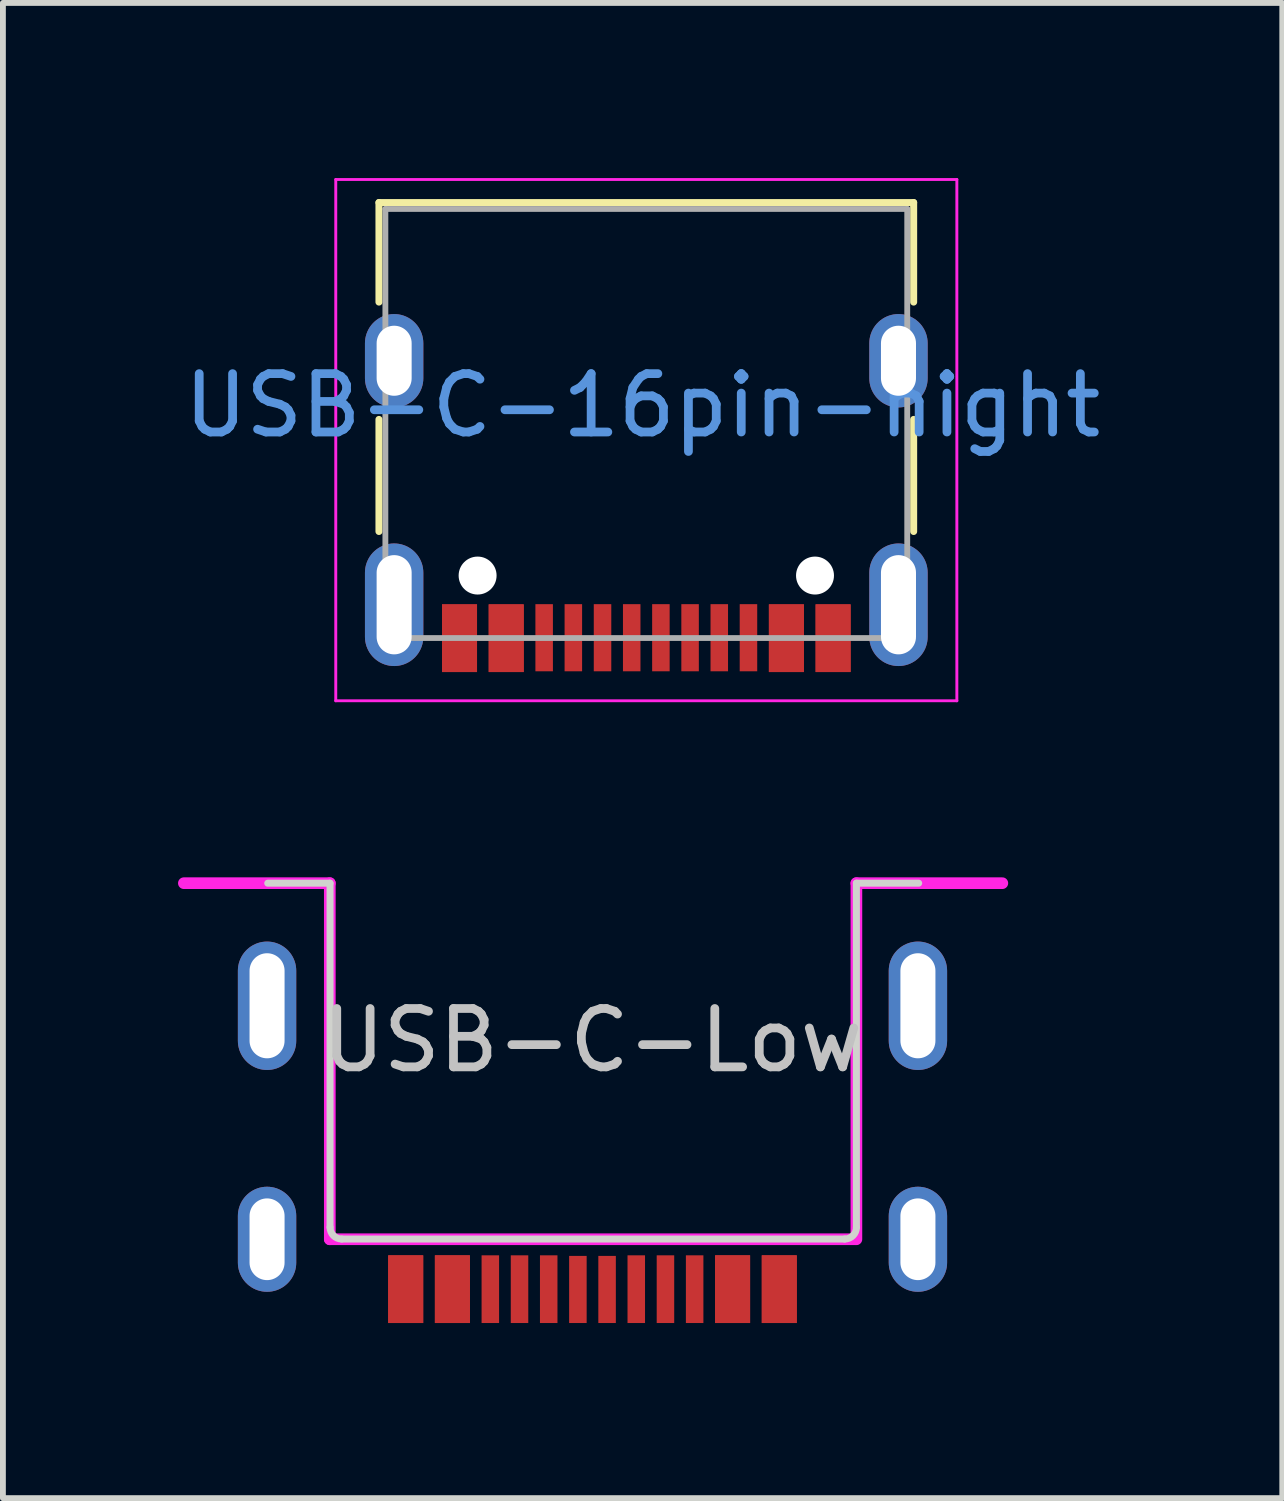
<source format=kicad_pcb>
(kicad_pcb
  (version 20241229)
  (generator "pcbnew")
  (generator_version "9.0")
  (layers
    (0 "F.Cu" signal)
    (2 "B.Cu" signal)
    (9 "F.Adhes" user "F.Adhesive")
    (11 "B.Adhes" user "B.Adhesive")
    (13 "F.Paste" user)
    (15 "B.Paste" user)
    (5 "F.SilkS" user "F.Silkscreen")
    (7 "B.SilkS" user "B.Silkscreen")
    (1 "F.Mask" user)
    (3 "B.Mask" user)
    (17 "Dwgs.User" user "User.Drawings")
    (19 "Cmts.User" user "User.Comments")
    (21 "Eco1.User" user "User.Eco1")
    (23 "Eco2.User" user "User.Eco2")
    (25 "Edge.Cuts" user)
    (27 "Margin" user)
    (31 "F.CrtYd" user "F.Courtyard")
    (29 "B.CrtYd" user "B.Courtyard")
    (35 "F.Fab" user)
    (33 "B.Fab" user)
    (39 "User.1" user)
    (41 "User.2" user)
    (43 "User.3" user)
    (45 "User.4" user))
  (footprint "USB-C-16pin-hight"
    (layer "F.Cu")
    (at 8.022 4.205)
    (property "Reference" "USB-C-16pin-hight" (at -0.064 -0.309 180) (layer "Cmts.User") (effects (font (size 1 1) (thickness 0.15))))
    (attr smd)
    (fp_line (start -4.58 -3.785) (end 4.58 -3.785) (stroke (width 0.12) (type solid)) (layer "F.SilkS"))
    (fp_line (start -4.58 -2.08) (end -4.58 -3.785) (stroke (width 0.12) (type solid)) (layer "F.SilkS"))
    (fp_line (start -4.58 -0.07) (end -4.58 1.85) (stroke (width 0.12) (type solid)) (layer "F.SilkS"))
    (fp_line (start 4.58 -3.785) (end 4.58 -2.08) (stroke (width 0.12) (type solid)) (layer "F.SilkS"))
    (fp_line (start 4.58 1.85) (end 4.58 -0.07) (stroke (width 0.12) (type solid)) (layer "F.SilkS"))
    (fp_line (start -5.32 -4.18) (end 5.32 -4.18) (stroke (width 0.05) (type solid)) (layer "F.CrtYd"))
    (fp_line (start -5.32 4.75) (end -5.32 -4.18) (stroke (width 0.05) (type solid)) (layer "F.CrtYd"))
    (fp_line (start 5.32 -4.18) (end 5.32 4.75) (stroke (width 0.05) (type solid)) (layer "F.CrtYd"))
    (fp_line (start 5.32 4.75) (end -5.32 4.75) (stroke (width 0.05) (type solid)) (layer "F.CrtYd"))
    (fp_line (start -4.47 -3.675) (end -4.47 3.675) (stroke (width 0.1) (type solid)) (layer "F.Fab"))
    (fp_line (start 4.47 -3.675) (end -4.47 -3.675) (stroke (width 0.1) (type solid)) (layer "F.Fab"))
    (fp_line (start 4.47 3.675) (end -4.47 3.675) (stroke (width 0.1) (type solid)) (layer "F.Fab"))
    (fp_line (start 4.47 3.675) (end 4.47 -3.675) (stroke (width 0.1) (type solid)) (layer "F.Fab"))
    (pad "" np_thru_hole circle (at -2.89 2.605 180) (size 0.65 0.65) (drill 0.65) (layers "*.Cu" "*.Mask"))
    (pad "" np_thru_hole circle (at 2.89 2.605 180) (size 0.65 0.65) (drill 0.65) (layers "*.Cu" "*.Mask"))
    (pad "A1" smd rect (at 3.2 3.678 180) (size 0.6 1.16) (layers "F.Cu" "F.Mask" "F.Paste"))
    (pad "A4" smd rect (at 2.4 3.678 180) (size 0.6 1.16) (layers "F.Cu" "F.Mask" "F.Paste"))
    (pad "A5" smd rect (at 1.25 3.67 180) (size 0.3 1.15) (layers "F.Cu" "F.Mask" "F.Paste"))
    (pad "A6" smd rect (at 0.25 3.67 180) (size 0.3 1.15) (layers "F.Cu" "F.Mask" "F.Paste"))
    (pad "A7" smd rect (at -0.25 3.67 180) (size 0.3 1.15) (layers "F.Cu" "F.Mask" "F.Paste"))
    (pad "A8" smd rect (at -1.25 3.67 180) (size 0.3 1.15) (layers "F.Cu" "F.Mask" "F.Paste"))
    (pad "A9" smd rect (at -2.4 3.678 180) (size 0.6 1.16) (layers "F.Cu" "F.Mask" "F.Paste"))
    (pad "A12" smd rect (at -3.2 3.678 180) (size 0.6 1.16) (layers "F.Cu" "F.Mask" "F.Paste"))
    (pad "B1" smd rect (at -3.2 3.678 180) (size 0.6 1.16) (layers "F.Cu" "F.Mask" "F.Paste"))
    (pad "B4" smd rect (at -2.4 3.678 180) (size 0.6 1.16) (layers "F.Cu" "F.Mask" "F.Paste"))
    (pad "B5" smd rect (at -1.75 3.67 180) (size 0.3 1.15) (layers "F.Cu" "F.Mask" "F.Paste"))
    (pad "B6" smd rect (at -0.75 3.67 180) (size 0.3 1.15) (layers "F.Cu" "F.Mask" "F.Paste"))
    (pad "B7" smd rect (at 0.75 3.67 180) (size 0.3 1.15) (layers "F.Cu" "F.Mask" "F.Paste"))
    (pad "B8" smd rect (at 1.75 3.67 180) (size 0.3 1.15) (layers "F.Cu" "F.Mask" "F.Paste"))
    (pad "B9" smd rect (at 2.4 3.678 180) (size 0.6 1.16) (layers "F.Cu" "F.Mask" "F.Paste"))
    (pad "B12" smd rect (at 3.2 3.678 180) (size 0.6 1.16) (layers "F.Cu" "F.Mask" "F.Paste"))
    (pad "S1" thru_hole oval (at -4.32 -1.075 180) (size 1 1.6) (drill oval 0.6 1.2) (layers "*.Cu" "*.Mask"))
    (pad "S1" thru_hole oval (at -4.32 3.105 180) (size 1 2.1) (drill oval 0.6 1.7) (layers "*.Cu" "*.Mask"))
    (pad "S1" thru_hole oval (at 4.32 -1.075 180) (size 1 1.6) (drill oval 0.6 1.2) (layers "*.Cu" "*.Mask"))
    (pad "S1" thru_hole oval (at 4.32 3.105 180) (size 1 2.1) (drill oval 0.6 1.7) (layers "*.Cu" "*.Mask")))
  (footprint "USB-C-Low"
    (layer "F.Cu")
    (at 7.1 18.176)
    (property "Reference" "USB-C-Low" (at 0 -3.404 0) (layer "Dwgs.User") (effects (font (size 1 1) (thickness 0.15))))
    (attr through_hole)
    (fp_line (start -5.563 -6.096) (end -4.496 -6.096) (stroke (width 0.12) (type solid)) (layer "Edge.Cuts"))
    (fp_line (start -4.496 -0.2) (end -4.496 -6.096) (stroke (width 0.12) (type solid)) (layer "Edge.Cuts"))
    (fp_line (start -4.296 0) (end 4.321 0) (stroke (width 0.12) (type solid)) (layer "Edge.Cuts"))
    (fp_line (start 4.521 -0.2) (end 4.521 -6.096) (stroke (width 0.12) (type solid)) (layer "Edge.Cuts"))
    (fp_line (start 5.588 -6.096) (end 4.521 -6.096) (stroke (width 0.12) (type solid)) (layer "Edge.Cuts"))
    (fp_arc (start -4.2958 0) (mid -4.437221 -0.058579) (end -4.4958 -0.2) (stroke (width 0.12) (type solid)) (layer "Edge.Cuts"))
    (fp_arc (start 4.5212 -0.2) (mid 4.462621 -0.058579) (end 4.3212 0) (stroke (width 0.12) (type solid)) (layer "Edge.Cuts"))
    (fp_line (start -7 -6.096) (end -4.5 -6.096) (stroke (width 0.2) (type solid)) (layer "F.CrtYd"))
    (fp_line (start -4.5 0.004) (end -4.5 -6.096) (stroke (width 0.2) (type solid)) (layer "F.CrtYd"))
    (fp_line (start -4.5 0.004) (end 4.5 0.004) (stroke (width 0.2) (type solid)) (layer "F.CrtYd"))
    (fp_line (start 4.521 0.004) (end 4.521 -6.096) (stroke (width 0.2) (type solid)) (layer "F.CrtYd"))
    (fp_line (start 7.021 -6.096) (end 4.521 -6.096) (stroke (width 0.2) (type solid)) (layer "F.CrtYd"))
    (pad "A1" smd rect (at 3.2 0.859 180) (size 0.6 1.16) (layers "F.Cu" "F.Mask" "F.Paste"))
    (pad "A4" smd rect (at 2.4 0.859 180) (size 0.6 1.16) (layers "F.Cu" "F.Mask" "F.Paste"))
    (pad "A5" smd rect (at 1.25 0.859) (size 0.3 1.16) (layers "F.Cu" "F.Mask" "F.Paste"))
    (pad "A6" smd rect (at 0.25 0.864) (size 0.3 1.15) (layers "F.Cu" "F.Mask" "F.Paste"))
    (pad "A7" smd rect (at -0.25 0.864) (size 0.3 1.15) (layers "F.Cu" "F.Mask" "F.Paste"))
    (pad "A8" smd rect (at -1.25 0.859) (size 0.3 1.16) (layers "F.Cu" "F.Mask" "F.Paste"))
    (pad "A9" smd rect (at -2.4 0.859 180) (size 0.6 1.16) (layers "F.Cu" "F.Mask" "F.Paste"))
    (pad "A12" smd rect (at -3.2 0.859 180) (size 0.6 1.16) (layers "F.Cu" "F.Mask" "F.Paste"))
    (pad "B1" smd rect (at -3.2 0.859 180) (size 0.6 1.16) (layers "F.Cu" "F.Mask" "F.Paste"))
    (pad "B4" smd rect (at -2.4 0.859 180) (size 0.6 1.16) (layers "F.Cu" "F.Mask" "F.Paste"))
    (pad "B5" smd rect (at -1.75 0.859) (size 0.3 1.16) (layers "F.Cu" "F.Mask" "F.Paste"))
    (pad "B6" smd rect (at -0.75 0.859) (size 0.3 1.16) (layers "F.Cu" "F.Mask" "F.Paste"))
    (pad "B7" smd rect (at 0.75 0.859) (size 0.3 1.16) (layers "F.Cu" "F.Mask" "F.Paste"))
    (pad "B8" smd rect (at 1.75 0.859) (size 0.3 1.16) (layers "F.Cu" "F.Mask" "F.Paste"))
    (pad "B9" smd rect (at 2.4 0.859 180) (size 0.6 1.16) (layers "F.Cu" "F.Mask" "F.Paste"))
    (pad "B12" smd rect (at 3.2 0.859 180) (size 0.6 1.16) (layers "F.Cu" "F.Mask" "F.Paste"))
    (pad "S1" thru_hole oval (at -5.575 -3.996) (size 1 2.2) (drill oval 0.6 1.8) (layers "*.Cu" "*.Mask"))
    (pad "S1" thru_hole oval (at -5.575 0.004) (size 1 1.8) (drill oval 0.6 1.4) (layers "*.Cu" "*.Mask"))
    (pad "S1" thru_hole oval (at 5.575 -3.996) (size 1 2.2) (drill oval 0.6 1.8) (layers "*.Cu" "*.Mask"))
    (pad "S1" thru_hole oval (at 5.575 0.004) (size 1 1.8) (drill oval 0.6 1.4) (layers "*.Cu" "*.Mask")))
  (gr_rect
    (start -3 -3)
    (end 18.917 22.615)
    (stroke (width 0.1) (type default))
    (fill no)
    (layer "Edge.Cuts")))
</source>
